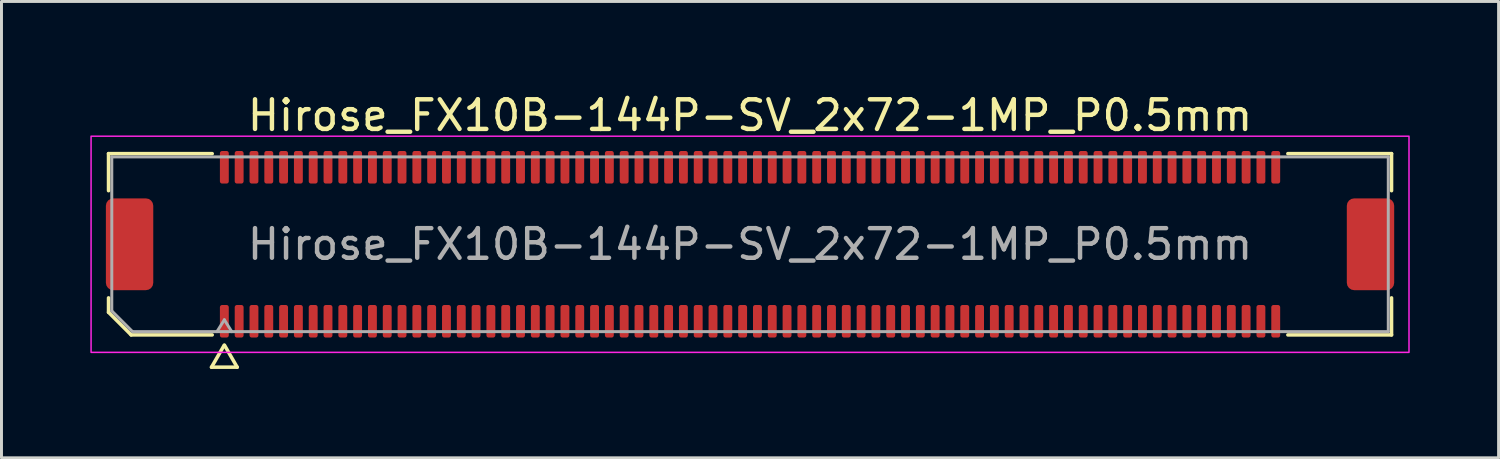
<source format=kicad_pcb>
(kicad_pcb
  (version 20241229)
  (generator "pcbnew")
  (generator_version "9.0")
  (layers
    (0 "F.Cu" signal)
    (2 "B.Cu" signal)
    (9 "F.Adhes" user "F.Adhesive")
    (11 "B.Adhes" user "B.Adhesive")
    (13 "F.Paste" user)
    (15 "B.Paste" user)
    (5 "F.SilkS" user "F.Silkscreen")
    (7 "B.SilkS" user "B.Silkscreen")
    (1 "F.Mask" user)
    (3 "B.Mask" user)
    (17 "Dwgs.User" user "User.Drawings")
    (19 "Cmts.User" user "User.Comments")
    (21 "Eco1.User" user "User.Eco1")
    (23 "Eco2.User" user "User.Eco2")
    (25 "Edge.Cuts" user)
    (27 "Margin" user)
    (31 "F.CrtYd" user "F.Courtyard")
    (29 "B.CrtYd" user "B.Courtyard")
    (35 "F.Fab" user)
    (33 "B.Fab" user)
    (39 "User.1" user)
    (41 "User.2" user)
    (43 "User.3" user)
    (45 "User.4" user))
  (footprint "Hirose_FX10B-144P-SV_2x72-1MP_P0.5mm"
    (layer "F.Cu")
    (at 22.275 5.198)
    (property "Reference" "Hirose_FX10B-144P-SV_2x72-1MP_P0.5mm" (at 0 -4.35 0) (layer "F.SilkS") (effects (font (size 1 1) (thickness 0.15))))
    (attr smd)
    (fp_line (start -21.66 -3.06) (end -18.16 -3.06) (stroke (width 0.12) (type solid)) (layer "F.SilkS"))
    (fp_line (start -21.66 -1.81) (end -21.66 -3.06) (stroke (width 0.12) (type solid)) (layer "F.SilkS"))
    (fp_line (start -21.66 2.296) (end -21.66 1.81) (stroke (width 0.12) (type solid)) (layer "F.SilkS"))
    (fp_line (start -20.896 3.06) (end -21.66 2.296) (stroke (width 0.12) (type solid)) (layer "F.SilkS"))
    (fp_line (start -18.183 4.15) (end -17.756 3.41) (stroke (width 0.12) (type solid)) (layer "F.SilkS"))
    (fp_line (start -18.16 3.06) (end -20.896 3.06) (stroke (width 0.12) (type solid)) (layer "F.SilkS"))
    (fp_line (start -17.744 3.41) (end -17.317 4.15) (stroke (width 0.12) (type solid)) (layer "F.SilkS"))
    (fp_line (start -17.317 4.15) (end -18.183 4.15) (stroke (width 0.12) (type solid)) (layer "F.SilkS"))
    (fp_line (start 18.16 -3.06) (end 21.66 -3.06) (stroke (width 0.12) (type solid)) (layer "F.SilkS"))
    (fp_line (start 21.66 -3.06) (end 21.66 -1.81) (stroke (width 0.12) (type solid)) (layer "F.SilkS"))
    (fp_line (start 21.66 1.81) (end 21.66 3.06) (stroke (width 0.12) (type solid)) (layer "F.SilkS"))
    (fp_line (start 21.66 3.06) (end 18.16 3.06) (stroke (width 0.12) (type solid)) (layer "F.SilkS"))
    (fp_rect (start -22.25 -3.65) (end 22.25 3.65) (stroke (width 0.05) (type solid)) (fill no) (layer "F.CrtYd"))
    (fp_line (start -21.55 -2.95) (end 21.55 -2.95) (stroke (width 0.1) (type solid)) (layer "F.Fab"))
    (fp_line (start -21.55 2.25) (end -21.55 -2.95) (stroke (width 0.1) (type solid)) (layer "F.Fab"))
    (fp_line (start -20.85 2.95) (end -21.55 2.25) (stroke (width 0.1) (type solid)) (layer "F.Fab"))
    (fp_line (start -18 2.95) (end -17.75 2.55) (stroke (width 0.1) (type solid)) (layer "F.Fab"))
    (fp_line (start -17.75 2.55) (end -17.5 2.95) (stroke (width 0.1) (type solid)) (layer "F.Fab"))
    (fp_line (start 21.55 -2.95) (end 21.55 2.95) (stroke (width 0.1) (type solid)) (layer "F.Fab"))
    (fp_line (start 21.55 2.95) (end -20.85 2.95) (stroke (width 0.1) (type solid)) (layer "F.Fab"))
    (fp_text user "${REFERENCE}" (at 0 0 0) (layer "F.Fab") (effects (font (size 1 1) (thickness 0.15))))
    (pad "1" smd roundrect (at -17.75 2.6) (size 0.3 1.1) (layers "F.Cu" "F.Mask" "F.Paste") (roundrect_rratio 0.25))
    (pad "2" smd roundrect (at -17.75 -2.6) (size 0.3 1.1) (layers "F.Cu" "F.Mask" "F.Paste") (roundrect_rratio 0.25))
    (pad "3" smd roundrect (at -17.25 2.6) (size 0.3 1.1) (layers "F.Cu" "F.Mask" "F.Paste") (roundrect_rratio 0.25))
    (pad "4" smd roundrect (at -17.25 -2.6) (size 0.3 1.1) (layers "F.Cu" "F.Mask" "F.Paste") (roundrect_rratio 0.25))
    (pad "5" smd roundrect (at -16.75 2.6) (size 0.3 1.1) (layers "F.Cu" "F.Mask" "F.Paste") (roundrect_rratio 0.25))
    (pad "6" smd roundrect (at -16.75 -2.6) (size 0.3 1.1) (layers "F.Cu" "F.Mask" "F.Paste") (roundrect_rratio 0.25))
    (pad "7" smd roundrect (at -16.25 2.6) (size 0.3 1.1) (layers "F.Cu" "F.Mask" "F.Paste") (roundrect_rratio 0.25))
    (pad "8" smd roundrect (at -16.25 -2.6) (size 0.3 1.1) (layers "F.Cu" "F.Mask" "F.Paste") (roundrect_rratio 0.25))
    (pad "9" smd roundrect (at -15.75 2.6) (size 0.3 1.1) (layers "F.Cu" "F.Mask" "F.Paste") (roundrect_rratio 0.25))
    (pad "10" smd roundrect (at -15.75 -2.6) (size 0.3 1.1) (layers "F.Cu" "F.Mask" "F.Paste") (roundrect_rratio 0.25))
    (pad "11" smd roundrect (at -15.25 2.6) (size 0.3 1.1) (layers "F.Cu" "F.Mask" "F.Paste") (roundrect_rratio 0.25))
    (pad "12" smd roundrect (at -15.25 -2.6) (size 0.3 1.1) (layers "F.Cu" "F.Mask" "F.Paste") (roundrect_rratio 0.25))
    (pad "13" smd roundrect (at -14.75 2.6) (size 0.3 1.1) (layers "F.Cu" "F.Mask" "F.Paste") (roundrect_rratio 0.25))
    (pad "14" smd roundrect (at -14.75 -2.6) (size 0.3 1.1) (layers "F.Cu" "F.Mask" "F.Paste") (roundrect_rratio 0.25))
    (pad "15" smd roundrect (at -14.25 2.6) (size 0.3 1.1) (layers "F.Cu" "F.Mask" "F.Paste") (roundrect_rratio 0.25))
    (pad "16" smd roundrect (at -14.25 -2.6) (size 0.3 1.1) (layers "F.Cu" "F.Mask" "F.Paste") (roundrect_rratio 0.25))
    (pad "17" smd roundrect (at -13.75 2.6) (size 0.3 1.1) (layers "F.Cu" "F.Mask" "F.Paste") (roundrect_rratio 0.25))
    (pad "18" smd roundrect (at -13.75 -2.6) (size 0.3 1.1) (layers "F.Cu" "F.Mask" "F.Paste") (roundrect_rratio 0.25))
    (pad "19" smd roundrect (at -13.25 2.6) (size 0.3 1.1) (layers "F.Cu" "F.Mask" "F.Paste") (roundrect_rratio 0.25))
    (pad "20" smd roundrect (at -13.25 -2.6) (size 0.3 1.1) (layers "F.Cu" "F.Mask" "F.Paste") (roundrect_rratio 0.25))
    (pad "21" smd roundrect (at -12.75 2.6) (size 0.3 1.1) (layers "F.Cu" "F.Mask" "F.Paste") (roundrect_rratio 0.25))
    (pad "22" smd roundrect (at -12.75 -2.6) (size 0.3 1.1) (layers "F.Cu" "F.Mask" "F.Paste") (roundrect_rratio 0.25))
    (pad "23" smd roundrect (at -12.25 2.6) (size 0.3 1.1) (layers "F.Cu" "F.Mask" "F.Paste") (roundrect_rratio 0.25))
    (pad "24" smd roundrect (at -12.25 -2.6) (size 0.3 1.1) (layers "F.Cu" "F.Mask" "F.Paste") (roundrect_rratio 0.25))
    (pad "25" smd roundrect (at -11.75 2.6) (size 0.3 1.1) (layers "F.Cu" "F.Mask" "F.Paste") (roundrect_rratio 0.25))
    (pad "26" smd roundrect (at -11.75 -2.6) (size 0.3 1.1) (layers "F.Cu" "F.Mask" "F.Paste") (roundrect_rratio 0.25))
    (pad "27" smd roundrect (at -11.25 2.6) (size 0.3 1.1) (layers "F.Cu" "F.Mask" "F.Paste") (roundrect_rratio 0.25))
    (pad "28" smd roundrect (at -11.25 -2.6) (size 0.3 1.1) (layers "F.Cu" "F.Mask" "F.Paste") (roundrect_rratio 0.25))
    (pad "29" smd roundrect (at -10.75 2.6) (size 0.3 1.1) (layers "F.Cu" "F.Mask" "F.Paste") (roundrect_rratio 0.25))
    (pad "30" smd roundrect (at -10.75 -2.6) (size 0.3 1.1) (layers "F.Cu" "F.Mask" "F.Paste") (roundrect_rratio 0.25))
    (pad "31" smd roundrect (at -10.25 2.6) (size 0.3 1.1) (layers "F.Cu" "F.Mask" "F.Paste") (roundrect_rratio 0.25))
    (pad "32" smd roundrect (at -10.25 -2.6) (size 0.3 1.1) (layers "F.Cu" "F.Mask" "F.Paste") (roundrect_rratio 0.25))
    (pad "33" smd roundrect (at -9.75 2.6) (size 0.3 1.1) (layers "F.Cu" "F.Mask" "F.Paste") (roundrect_rratio 0.25))
    (pad "34" smd roundrect (at -9.75 -2.6) (size 0.3 1.1) (layers "F.Cu" "F.Mask" "F.Paste") (roundrect_rratio 0.25))
    (pad "35" smd roundrect (at -9.25 2.6) (size 0.3 1.1) (layers "F.Cu" "F.Mask" "F.Paste") (roundrect_rratio 0.25))
    (pad "36" smd roundrect (at -9.25 -2.6) (size 0.3 1.1) (layers "F.Cu" "F.Mask" "F.Paste") (roundrect_rratio 0.25))
    (pad "37" smd roundrect (at -8.75 2.6) (size 0.3 1.1) (layers "F.Cu" "F.Mask" "F.Paste") (roundrect_rratio 0.25))
    (pad "38" smd roundrect (at -8.75 -2.6) (size 0.3 1.1) (layers "F.Cu" "F.Mask" "F.Paste") (roundrect_rratio 0.25))
    (pad "39" smd roundrect (at -8.25 2.6) (size 0.3 1.1) (layers "F.Cu" "F.Mask" "F.Paste") (roundrect_rratio 0.25))
    (pad "40" smd roundrect (at -8.25 -2.6) (size 0.3 1.1) (layers "F.Cu" "F.Mask" "F.Paste") (roundrect_rratio 0.25))
    (pad "41" smd roundrect (at -7.75 2.6) (size 0.3 1.1) (layers "F.Cu" "F.Mask" "F.Paste") (roundrect_rratio 0.25))
    (pad "42" smd roundrect (at -7.75 -2.6) (size 0.3 1.1) (layers "F.Cu" "F.Mask" "F.Paste") (roundrect_rratio 0.25))
    (pad "43" smd roundrect (at -7.25 2.6) (size 0.3 1.1) (layers "F.Cu" "F.Mask" "F.Paste") (roundrect_rratio 0.25))
    (pad "44" smd roundrect (at -7.25 -2.6) (size 0.3 1.1) (layers "F.Cu" "F.Mask" "F.Paste") (roundrect_rratio 0.25))
    (pad "45" smd roundrect (at -6.75 2.6) (size 0.3 1.1) (layers "F.Cu" "F.Mask" "F.Paste") (roundrect_rratio 0.25))
    (pad "46" smd roundrect (at -6.75 -2.6) (size 0.3 1.1) (layers "F.Cu" "F.Mask" "F.Paste") (roundrect_rratio 0.25))
    (pad "47" smd roundrect (at -6.25 2.6) (size 0.3 1.1) (layers "F.Cu" "F.Mask" "F.Paste") (roundrect_rratio 0.25))
    (pad "48" smd roundrect (at -6.25 -2.6) (size 0.3 1.1) (layers "F.Cu" "F.Mask" "F.Paste") (roundrect_rratio 0.25))
    (pad "49" smd roundrect (at -5.75 2.6) (size 0.3 1.1) (layers "F.Cu" "F.Mask" "F.Paste") (roundrect_rratio 0.25))
    (pad "50" smd roundrect (at -5.75 -2.6) (size 0.3 1.1) (layers "F.Cu" "F.Mask" "F.Paste") (roundrect_rratio 0.25))
    (pad "51" smd roundrect (at -5.25 2.6) (size 0.3 1.1) (layers "F.Cu" "F.Mask" "F.Paste") (roundrect_rratio 0.25))
    (pad "52" smd roundrect (at -5.25 -2.6) (size 0.3 1.1) (layers "F.Cu" "F.Mask" "F.Paste") (roundrect_rratio 0.25))
    (pad "53" smd roundrect (at -4.75 2.6) (size 0.3 1.1) (layers "F.Cu" "F.Mask" "F.Paste") (roundrect_rratio 0.25))
    (pad "54" smd roundrect (at -4.75 -2.6) (size 0.3 1.1) (layers "F.Cu" "F.Mask" "F.Paste") (roundrect_rratio 0.25))
    (pad "55" smd roundrect (at -4.25 2.6) (size 0.3 1.1) (layers "F.Cu" "F.Mask" "F.Paste") (roundrect_rratio 0.25))
    (pad "56" smd roundrect (at -4.25 -2.6) (size 0.3 1.1) (layers "F.Cu" "F.Mask" "F.Paste") (roundrect_rratio 0.25))
    (pad "57" smd roundrect (at -3.75 2.6) (size 0.3 1.1) (layers "F.Cu" "F.Mask" "F.Paste") (roundrect_rratio 0.25))
    (pad "58" smd roundrect (at -3.75 -2.6) (size 0.3 1.1) (layers "F.Cu" "F.Mask" "F.Paste") (roundrect_rratio 0.25))
    (pad "59" smd roundrect (at -3.25 2.6) (size 0.3 1.1) (layers "F.Cu" "F.Mask" "F.Paste") (roundrect_rratio 0.25))
    (pad "60" smd roundrect (at -3.25 -2.6) (size 0.3 1.1) (layers "F.Cu" "F.Mask" "F.Paste") (roundrect_rratio 0.25))
    (pad "61" smd roundrect (at -2.75 2.6) (size 0.3 1.1) (layers "F.Cu" "F.Mask" "F.Paste") (roundrect_rratio 0.25))
    (pad "62" smd roundrect (at -2.75 -2.6) (size 0.3 1.1) (layers "F.Cu" "F.Mask" "F.Paste") (roundrect_rratio 0.25))
    (pad "63" smd roundrect (at -2.25 2.6) (size 0.3 1.1) (layers "F.Cu" "F.Mask" "F.Paste") (roundrect_rratio 0.25))
    (pad "64" smd roundrect (at -2.25 -2.6) (size 0.3 1.1) (layers "F.Cu" "F.Mask" "F.Paste") (roundrect_rratio 0.25))
    (pad "65" smd roundrect (at -1.75 2.6) (size 0.3 1.1) (layers "F.Cu" "F.Mask" "F.Paste") (roundrect_rratio 0.25))
    (pad "66" smd roundrect (at -1.75 -2.6) (size 0.3 1.1) (layers "F.Cu" "F.Mask" "F.Paste") (roundrect_rratio 0.25))
    (pad "67" smd roundrect (at -1.25 2.6) (size 0.3 1.1) (layers "F.Cu" "F.Mask" "F.Paste") (roundrect_rratio 0.25))
    (pad "68" smd roundrect (at -1.25 -2.6) (size 0.3 1.1) (layers "F.Cu" "F.Mask" "F.Paste") (roundrect_rratio 0.25))
    (pad "69" smd roundrect (at -0.75 2.6) (size 0.3 1.1) (layers "F.Cu" "F.Mask" "F.Paste") (roundrect_rratio 0.25))
    (pad "70" smd roundrect (at -0.75 -2.6) (size 0.3 1.1) (layers "F.Cu" "F.Mask" "F.Paste") (roundrect_rratio 0.25))
    (pad "71" smd roundrect (at -0.25 2.6) (size 0.3 1.1) (layers "F.Cu" "F.Mask" "F.Paste") (roundrect_rratio 0.25))
    (pad "72" smd roundrect (at -0.25 -2.6) (size 0.3 1.1) (layers "F.Cu" "F.Mask" "F.Paste") (roundrect_rratio 0.25))
    (pad "73" smd roundrect (at 0.25 2.6) (size 0.3 1.1) (layers "F.Cu" "F.Mask" "F.Paste") (roundrect_rratio 0.25))
    (pad "74" smd roundrect (at 0.25 -2.6) (size 0.3 1.1) (layers "F.Cu" "F.Mask" "F.Paste") (roundrect_rratio 0.25))
    (pad "75" smd roundrect (at 0.75 2.6) (size 0.3 1.1) (layers "F.Cu" "F.Mask" "F.Paste") (roundrect_rratio 0.25))
    (pad "76" smd roundrect (at 0.75 -2.6) (size 0.3 1.1) (layers "F.Cu" "F.Mask" "F.Paste") (roundrect_rratio 0.25))
    (pad "77" smd roundrect (at 1.25 2.6) (size 0.3 1.1) (layers "F.Cu" "F.Mask" "F.Paste") (roundrect_rratio 0.25))
    (pad "78" smd roundrect (at 1.25 -2.6) (size 0.3 1.1) (layers "F.Cu" "F.Mask" "F.Paste") (roundrect_rratio 0.25))
    (pad "79" smd roundrect (at 1.75 2.6) (size 0.3 1.1) (layers "F.Cu" "F.Mask" "F.Paste") (roundrect_rratio 0.25))
    (pad "80" smd roundrect (at 1.75 -2.6) (size 0.3 1.1) (layers "F.Cu" "F.Mask" "F.Paste") (roundrect_rratio 0.25))
    (pad "81" smd roundrect (at 2.25 2.6) (size 0.3 1.1) (layers "F.Cu" "F.Mask" "F.Paste") (roundrect_rratio 0.25))
    (pad "82" smd roundrect (at 2.25 -2.6) (size 0.3 1.1) (layers "F.Cu" "F.Mask" "F.Paste") (roundrect_rratio 0.25))
    (pad "83" smd roundrect (at 2.75 2.6) (size 0.3 1.1) (layers "F.Cu" "F.Mask" "F.Paste") (roundrect_rratio 0.25))
    (pad "84" smd roundrect (at 2.75 -2.6) (size 0.3 1.1) (layers "F.Cu" "F.Mask" "F.Paste") (roundrect_rratio 0.25))
    (pad "85" smd roundrect (at 3.25 2.6) (size 0.3 1.1) (layers "F.Cu" "F.Mask" "F.Paste") (roundrect_rratio 0.25))
    (pad "86" smd roundrect (at 3.25 -2.6) (size 0.3 1.1) (layers "F.Cu" "F.Mask" "F.Paste") (roundrect_rratio 0.25))
    (pad "87" smd roundrect (at 3.75 2.6) (size 0.3 1.1) (layers "F.Cu" "F.Mask" "F.Paste") (roundrect_rratio 0.25))
    (pad "88" smd roundrect (at 3.75 -2.6) (size 0.3 1.1) (layers "F.Cu" "F.Mask" "F.Paste") (roundrect_rratio 0.25))
    (pad "89" smd roundrect (at 4.25 2.6) (size 0.3 1.1) (layers "F.Cu" "F.Mask" "F.Paste") (roundrect_rratio 0.25))
    (pad "90" smd roundrect (at 4.25 -2.6) (size 0.3 1.1) (layers "F.Cu" "F.Mask" "F.Paste") (roundrect_rratio 0.25))
    (pad "91" smd roundrect (at 4.75 2.6) (size 0.3 1.1) (layers "F.Cu" "F.Mask" "F.Paste") (roundrect_rratio 0.25))
    (pad "92" smd roundrect (at 4.75 -2.6) (size 0.3 1.1) (layers "F.Cu" "F.Mask" "F.Paste") (roundrect_rratio 0.25))
    (pad "93" smd roundrect (at 5.25 2.6) (size 0.3 1.1) (layers "F.Cu" "F.Mask" "F.Paste") (roundrect_rratio 0.25))
    (pad "94" smd roundrect (at 5.25 -2.6) (size 0.3 1.1) (layers "F.Cu" "F.Mask" "F.Paste") (roundrect_rratio 0.25))
    (pad "95" smd roundrect (at 5.75 2.6) (size 0.3 1.1) (layers "F.Cu" "F.Mask" "F.Paste") (roundrect_rratio 0.25))
    (pad "96" smd roundrect (at 5.75 -2.6) (size 0.3 1.1) (layers "F.Cu" "F.Mask" "F.Paste") (roundrect_rratio 0.25))
    (pad "97" smd roundrect (at 6.25 2.6) (size 0.3 1.1) (layers "F.Cu" "F.Mask" "F.Paste") (roundrect_rratio 0.25))
    (pad "98" smd roundrect (at 6.25 -2.6) (size 0.3 1.1) (layers "F.Cu" "F.Mask" "F.Paste") (roundrect_rratio 0.25))
    (pad "99" smd roundrect (at 6.75 2.6) (size 0.3 1.1) (layers "F.Cu" "F.Mask" "F.Paste") (roundrect_rratio 0.25))
    (pad "100" smd roundrect (at 6.75 -2.6) (size 0.3 1.1) (layers "F.Cu" "F.Mask" "F.Paste") (roundrect_rratio 0.25))
    (pad "101" smd roundrect (at 7.25 2.6) (size 0.3 1.1) (layers "F.Cu" "F.Mask" "F.Paste") (roundrect_rratio 0.25))
    (pad "102" smd roundrect (at 7.25 -2.6) (size 0.3 1.1) (layers "F.Cu" "F.Mask" "F.Paste") (roundrect_rratio 0.25))
    (pad "103" smd roundrect (at 7.75 2.6) (size 0.3 1.1) (layers "F.Cu" "F.Mask" "F.Paste") (roundrect_rratio 0.25))
    (pad "104" smd roundrect (at 7.75 -2.6) (size 0.3 1.1) (layers "F.Cu" "F.Mask" "F.Paste") (roundrect_rratio 0.25))
    (pad "105" smd roundrect (at 8.25 2.6) (size 0.3 1.1) (layers "F.Cu" "F.Mask" "F.Paste") (roundrect_rratio 0.25))
    (pad "106" smd roundrect (at 8.25 -2.6) (size 0.3 1.1) (layers "F.Cu" "F.Mask" "F.Paste") (roundrect_rratio 0.25))
    (pad "107" smd roundrect (at 8.75 2.6) (size 0.3 1.1) (layers "F.Cu" "F.Mask" "F.Paste") (roundrect_rratio 0.25))
    (pad "108" smd roundrect (at 8.75 -2.6) (size 0.3 1.1) (layers "F.Cu" "F.Mask" "F.Paste") (roundrect_rratio 0.25))
    (pad "109" smd roundrect (at 9.25 2.6) (size 0.3 1.1) (layers "F.Cu" "F.Mask" "F.Paste") (roundrect_rratio 0.25))
    (pad "110" smd roundrect (at 9.25 -2.6) (size 0.3 1.1) (layers "F.Cu" "F.Mask" "F.Paste") (roundrect_rratio 0.25))
    (pad "111" smd roundrect (at 9.75 2.6) (size 0.3 1.1) (layers "F.Cu" "F.Mask" "F.Paste") (roundrect_rratio 0.25))
    (pad "112" smd roundrect (at 9.75 -2.6) (size 0.3 1.1) (layers "F.Cu" "F.Mask" "F.Paste") (roundrect_rratio 0.25))
    (pad "113" smd roundrect (at 10.25 2.6) (size 0.3 1.1) (layers "F.Cu" "F.Mask" "F.Paste") (roundrect_rratio 0.25))
    (pad "114" smd roundrect (at 10.25 -2.6) (size 0.3 1.1) (layers "F.Cu" "F.Mask" "F.Paste") (roundrect_rratio 0.25))
    (pad "115" smd roundrect (at 10.75 2.6) (size 0.3 1.1) (layers "F.Cu" "F.Mask" "F.Paste") (roundrect_rratio 0.25))
    (pad "116" smd roundrect (at 10.75 -2.6) (size 0.3 1.1) (layers "F.Cu" "F.Mask" "F.Paste") (roundrect_rratio 0.25))
    (pad "117" smd roundrect (at 11.25 2.6) (size 0.3 1.1) (layers "F.Cu" "F.Mask" "F.Paste") (roundrect_rratio 0.25))
    (pad "118" smd roundrect (at 11.25 -2.6) (size 0.3 1.1) (layers "F.Cu" "F.Mask" "F.Paste") (roundrect_rratio 0.25))
    (pad "119" smd roundrect (at 11.75 2.6) (size 0.3 1.1) (layers "F.Cu" "F.Mask" "F.Paste") (roundrect_rratio 0.25))
    (pad "120" smd roundrect (at 11.75 -2.6) (size 0.3 1.1) (layers "F.Cu" "F.Mask" "F.Paste") (roundrect_rratio 0.25))
    (pad "121" smd roundrect (at 12.25 2.6) (size 0.3 1.1) (layers "F.Cu" "F.Mask" "F.Paste") (roundrect_rratio 0.25))
    (pad "122" smd roundrect (at 12.25 -2.6) (size 0.3 1.1) (layers "F.Cu" "F.Mask" "F.Paste") (roundrect_rratio 0.25))
    (pad "123" smd roundrect (at 12.75 2.6) (size 0.3 1.1) (layers "F.Cu" "F.Mask" "F.Paste") (roundrect_rratio 0.25))
    (pad "124" smd roundrect (at 12.75 -2.6) (size 0.3 1.1) (layers "F.Cu" "F.Mask" "F.Paste") (roundrect_rratio 0.25))
    (pad "125" smd roundrect (at 13.25 2.6) (size 0.3 1.1) (layers "F.Cu" "F.Mask" "F.Paste") (roundrect_rratio 0.25))
    (pad "126" smd roundrect (at 13.25 -2.6) (size 0.3 1.1) (layers "F.Cu" "F.Mask" "F.Paste") (roundrect_rratio 0.25))
    (pad "127" smd roundrect (at 13.75 2.6) (size 0.3 1.1) (layers "F.Cu" "F.Mask" "F.Paste") (roundrect_rratio 0.25))
    (pad "128" smd roundrect (at 13.75 -2.6) (size 0.3 1.1) (layers "F.Cu" "F.Mask" "F.Paste") (roundrect_rratio 0.25))
    (pad "129" smd roundrect (at 14.25 2.6) (size 0.3 1.1) (layers "F.Cu" "F.Mask" "F.Paste") (roundrect_rratio 0.25))
    (pad "130" smd roundrect (at 14.25 -2.6) (size 0.3 1.1) (layers "F.Cu" "F.Mask" "F.Paste") (roundrect_rratio 0.25))
    (pad "131" smd roundrect (at 14.75 2.6) (size 0.3 1.1) (layers "F.Cu" "F.Mask" "F.Paste") (roundrect_rratio 0.25))
    (pad "132" smd roundrect (at 14.75 -2.6) (size 0.3 1.1) (layers "F.Cu" "F.Mask" "F.Paste") (roundrect_rratio 0.25))
    (pad "133" smd roundrect (at 15.25 2.6) (size 0.3 1.1) (layers "F.Cu" "F.Mask" "F.Paste") (roundrect_rratio 0.25))
    (pad "134" smd roundrect (at 15.25 -2.6) (size 0.3 1.1) (layers "F.Cu" "F.Mask" "F.Paste") (roundrect_rratio 0.25))
    (pad "135" smd roundrect (at 15.75 2.6) (size 0.3 1.1) (layers "F.Cu" "F.Mask" "F.Paste") (roundrect_rratio 0.25))
    (pad "136" smd roundrect (at 15.75 -2.6) (size 0.3 1.1) (layers "F.Cu" "F.Mask" "F.Paste") (roundrect_rratio 0.25))
    (pad "137" smd roundrect (at 16.25 2.6) (size 0.3 1.1) (layers "F.Cu" "F.Mask" "F.Paste") (roundrect_rratio 0.25))
    (pad "138" smd roundrect (at 16.25 -2.6) (size 0.3 1.1) (layers "F.Cu" "F.Mask" "F.Paste") (roundrect_rratio 0.25))
    (pad "139" smd roundrect (at 16.75 2.6) (size 0.3 1.1) (layers "F.Cu" "F.Mask" "F.Paste") (roundrect_rratio 0.25))
    (pad "140" smd roundrect (at 16.75 -2.6) (size 0.3 1.1) (layers "F.Cu" "F.Mask" "F.Paste") (roundrect_rratio 0.25))
    (pad "141" smd roundrect (at 17.25 2.6) (size 0.3 1.1) (layers "F.Cu" "F.Mask" "F.Paste") (roundrect_rratio 0.25))
    (pad "142" smd roundrect (at 17.25 -2.6) (size 0.3 1.1) (layers "F.Cu" "F.Mask" "F.Paste") (roundrect_rratio 0.25))
    (pad "143" smd roundrect (at 17.75 2.6) (size 0.3 1.1) (layers "F.Cu" "F.Mask" "F.Paste") (roundrect_rratio 0.25))
    (pad "144" smd roundrect (at 17.75 -2.6) (size 0.3 1.1) (layers "F.Cu" "F.Mask" "F.Paste") (roundrect_rratio 0.25))
    (pad "MP" smd roundrect (at -20.95 0) (size 1.6 3.1) (layers "F.Cu" "F.Mask" "F.Paste") (roundrect_rratio 0.156))
    (pad "MP" smd roundrect (at 20.95 0) (size 1.6 3.1) (layers "F.Cu" "F.Mask" "F.Paste") (roundrect_rratio 0.156))
    (zone (net_name "") (layer "F.Cu") (name "keepout") (hatch edge 0.5) (connect_pads) (min_thickness 0.25) (filled_areas_thickness no) (keepout (tracks not_allowed) (vias not_allowed) (pads allowed) (copperpour not_allowed) (footprints allowed)) (placement (enabled no)) (fill) (polygon (pts (xy 4.375 3.148) (xy 40.175 3.148) (xy 40.175 4.198) (xy 4.375 4.198))))
    (zone (net_name "") (layer "F.Cu") (name "keepout") (hatch edge 0.5) (connect_pads) (min_thickness 0.25) (filled_areas_thickness no) (keepout (tracks not_allowed) (vias not_allowed) (pads allowed) (copperpour not_allowed) (footprints allowed)) (placement (enabled no)) (fill) (polygon (pts (xy 4.375 6.198) (xy 40.175 6.198) (xy 40.175 7.248) (xy 4.375 7.248)))))
  (gr_rect
    (start -3 -3)
    (end 47.55 12.408)
    (stroke (width 0.1) (type default))
    (fill no)
    (layer "Edge.Cuts")))
</source>
